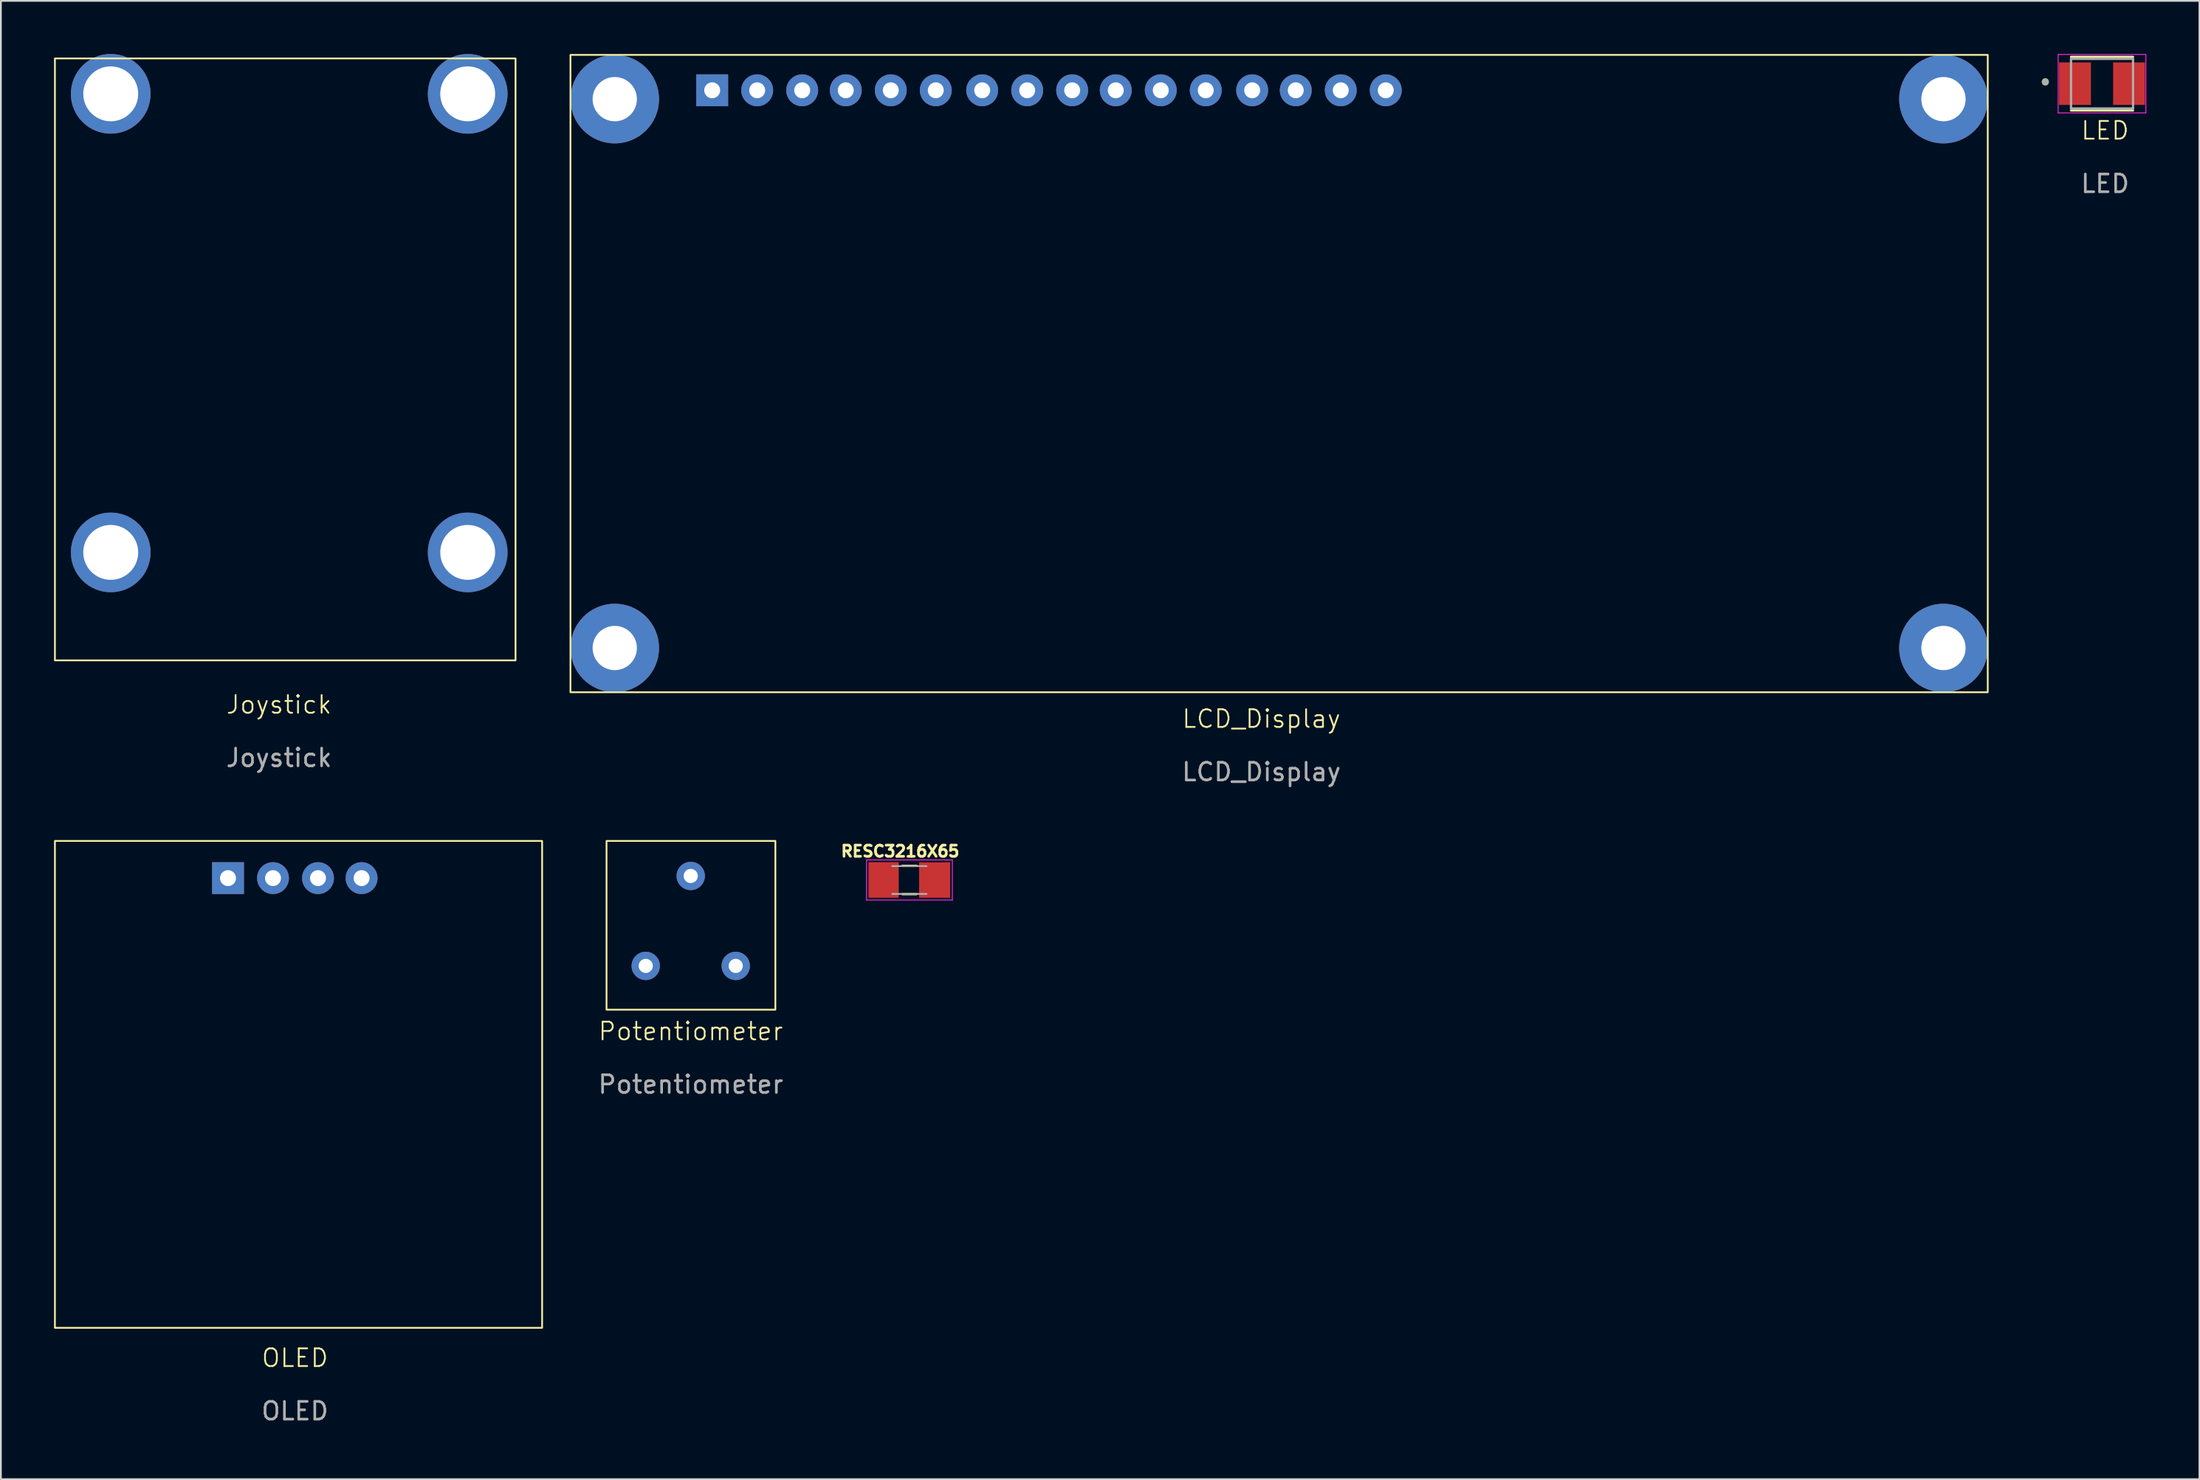
<source format=kicad_pcb>
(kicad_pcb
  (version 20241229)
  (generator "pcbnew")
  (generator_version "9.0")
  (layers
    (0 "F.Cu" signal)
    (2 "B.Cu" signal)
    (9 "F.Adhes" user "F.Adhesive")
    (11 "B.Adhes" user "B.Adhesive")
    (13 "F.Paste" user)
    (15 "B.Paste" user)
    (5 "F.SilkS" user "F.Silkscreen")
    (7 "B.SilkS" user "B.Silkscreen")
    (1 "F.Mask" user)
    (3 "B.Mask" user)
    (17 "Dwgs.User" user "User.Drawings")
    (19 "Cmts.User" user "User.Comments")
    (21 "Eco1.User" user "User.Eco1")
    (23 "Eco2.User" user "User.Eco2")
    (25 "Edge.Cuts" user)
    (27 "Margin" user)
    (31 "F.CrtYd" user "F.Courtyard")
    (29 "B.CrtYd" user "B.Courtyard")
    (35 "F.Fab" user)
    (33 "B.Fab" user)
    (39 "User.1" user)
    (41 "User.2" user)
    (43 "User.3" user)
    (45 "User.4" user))
  (footprint "OLED"
    (layer "F.Cu")
    (at 13.6 74.148)
    (property "Reference" "OLED" (at 0 -0.5 0) (unlocked yes) (layer "F.SilkS") (effects (font (size 1 1) (thickness 0.1))))
    (attr smd)
    (fp_rect (start -13.55 -29.7) (end 13.95 -2.2) (stroke (width 0.1) (type solid)) (fill no) (layer "F.SilkS"))
    (fp_text user "${REFERENCE}" (at 0 2.5 0) (unlocked yes) (layer "F.Fab") (effects (font (size 1 1) (thickness 0.15))))
    (pad "1" thru_hole rect (at -3.78 -27.6 180) (size 1.8 1.8) (drill 0.9) (layers "*.Cu" "*.Mask"))
    (pad "2" thru_hole circle (at -1.24 -27.6 180) (size 1.8 1.8) (drill 0.9) (layers "*.Cu" "*.Mask"))
    (pad "3" thru_hole circle (at 1.3 -27.6 180) (size 1.8 1.8) (drill 0.9) (layers "*.Cu" "*.Mask"))
    (pad "4" thru_hole circle (at 3.76 -27.6 180) (size 1.8 1.8) (drill 0.9) (layers "*.Cu" "*.Mask")))
  (footprint "LED"
    (layer "F.Cu")
    (at 115.775 4.825)
    (property "Reference" "LED" (at 0 -0.5 0) (unlocked yes) (layer "F.SilkS") (effects (font (size 1 1) (thickness 0.1))))
    (attr through_hole)
    (fp_line (start -1.925 -4.663) (end 1.575 -4.663) (stroke (width 0.127) (type solid)) (layer "F.SilkS"))
    (fp_line (start -1.925 -1.637) (end 1.575 -1.637) (stroke (width 0.127) (type solid)) (layer "F.SilkS"))
    (fp_circle (center -3.375 -3.25) (end -3.275 -3.25) (stroke (width 0.2) (type solid)) (fill no) (layer "F.SilkS"))
    (fp_line (start -2.65 -4.8) (end 2.3 -4.8) (stroke (width 0.05) (type solid)) (layer "F.CrtYd"))
    (fp_line (start -2.65 -1.5) (end -2.65 -4.8) (stroke (width 0.05) (type solid)) (layer "F.CrtYd"))
    (fp_line (start 2.3 -4.8) (end 2.3 -1.5) (stroke (width 0.05) (type solid)) (layer "F.CrtYd"))
    (fp_line (start 2.3 -1.5) (end -2.65 -1.5) (stroke (width 0.05) (type solid)) (layer "F.CrtYd"))
    (fp_line (start -1.925 -4.55) (end 1.575 -4.55) (stroke (width 0.127) (type solid)) (layer "F.Fab"))
    (fp_line (start -1.925 -1.75) (end -1.925 -4.55) (stroke (width 0.127) (type solid)) (layer "F.Fab"))
    (fp_line (start 1.575 -4.55) (end 1.575 -1.75) (stroke (width 0.127) (type solid)) (layer "F.Fab"))
    (fp_line (start 1.575 -1.75) (end -1.925 -1.75) (stroke (width 0.127) (type solid)) (layer "F.Fab"))
    (fp_circle (center -3.375 -3.25) (end -3.275 -3.25) (stroke (width 0.2) (type solid)) (fill no) (layer "F.Fab"))
    (fp_text user "${REFERENCE}" (at 0 2.5 0) (unlocked yes) (layer "F.Fab") (effects (font (size 1 1) (thickness 0.15))))
    (pad "1" smd rect (at -1.7 -3.15) (size 1.8 2.4) (layers "F.Cu" "F.Mask" "F.Paste"))
    (pad "2" smd rect (at 1.35 -3.15) (size 1.8 2.4) (layers "F.Cu" "F.Mask" "F.Paste")))
  (footprint "Potentiometer"
    (layer "F.Cu")
    (at 35.939 55.699)
    (property "Reference" "Potentiometer" (at 0 -0.5 0) (unlocked yes) (layer "F.SilkS") (effects (font (size 1 1) (thickness 0.1))))
    (attr through_hole)
    (fp_rect (start -4.753 -11.251) (end 4.777 -1.721) (stroke (width 0.1) (type solid)) (fill no) (layer "F.SilkS"))
    (fp_text user "${REFERENCE}" (at 0 2.5 0) (unlocked yes) (layer "F.Fab") (effects (font (size 1 1) (thickness 0.15))))
    (pad "1" thru_hole circle (at 2.54 -4.193) (size 1.6 1.6) (drill 0.8) (layers "*.Cu" "*.Mask"))
    (pad "2" thru_hole circle (at -0.000393 -9.273) (size 1.6 1.6) (drill 0.8) (layers "*.Cu" "*.Mask"))
    (pad "3" thru_hole circle (at -2.54 -4.193) (size 1.6 1.6) (drill 0.8) (layers "*.Cu" "*.Mask")))
  (footprint "Joystick"
    (layer "F.Cu")
    (at 12.7 37.25)
    (property "Reference" "Joystick" (at 0 -0.5 0) (unlocked yes) (layer "F.SilkS") (effects (font (size 1 1) (thickness 0.1))))
    (attr smd)
    (fp_rect (start -12.65 -37) (end 13.35 -3) (stroke (width 0.1) (type solid)) (fill no) (layer "F.SilkS"))
    (fp_text user "${REFERENCE}" (at 0 2.5 0) (unlocked yes) (layer "F.Fab") (effects (font (size 1 1) (thickness 0.15))))
    (pad "" np_thru_hole circle (at -9.5 -35) (size 4.5 4.5) (drill 3.1) (layers "*.Cu" "*.Mask"))
    (pad "" np_thru_hole circle (at -9.5 -9.1) (size 4.5 4.5) (drill 3.1) (layers "*.Cu" "*.Mask"))
    (pad "" np_thru_hole circle (at 10.65 -35) (size 4.5 4.5) (drill 3.1) (layers "*.Cu" "*.Mask"))
    (pad "" np_thru_hole circle (at 10.65 -9.1) (size 4.5 4.5) (drill 3.1) (layers "*.Cu" "*.Mask")))
  (footprint "LCD_Display"
    (layer "F.Cu")
    (at 68.15 38.05)
    (property "Reference" "LCD_Display" (at 0 -0.5 0) (unlocked yes) (layer "F.SilkS") (effects (font (size 1 1) (thickness 0.1))))
    (attr smd)
    (fp_rect (start -39 -38) (end 41 -2) (stroke (width 0.1) (type solid)) (fill no) (layer "F.SilkS"))
    (fp_text user "${REFERENCE}" (at 0 2.5 0) (unlocked yes) (layer "F.Fab") (effects (font (size 1 1) (thickness 0.15))))
    (pad "" np_thru_hole circle (at -36.5 -35.5) (size 5 5) (drill 2.5) (layers "*.Cu" "*.Mask"))
    (pad "" np_thru_hole circle (at -36.5 -4.5) (size 5 5) (drill 2.5) (layers "*.Cu" "*.Mask"))
    (pad "" np_thru_hole circle (at 38.5 -35.5) (size 5 5) (drill 2.5) (layers "*.Cu" "*.Mask"))
    (pad "" np_thru_hole circle (at 38.5 -4.5) (size 5 5) (drill 2.5) (layers "*.Cu" "*.Mask"))
    (pad "1" thru_hole rect (at -31 -36) (size 1.8 1.8) (drill 0.9) (layers "*.Cu" "*.Mask"))
    (pad "2" thru_hole circle (at -28.46 -36) (size 1.8 1.8) (drill 0.9) (layers "*.Cu" "*.Mask"))
    (pad "3" thru_hole circle (at -25.92 -36) (size 1.8 1.8) (drill 0.9) (layers "*.Cu" "*.Mask"))
    (pad "4" thru_hole circle (at -23.46 -36) (size 1.8 1.8) (drill 0.9) (layers "*.Cu" "*.Mask"))
    (pad "5" thru_hole circle (at -20.92 -36) (size 1.8 1.8) (drill 0.9) (layers "*.Cu" "*.Mask"))
    (pad "6" thru_hole circle (at -18.38 -36) (size 1.8 1.8) (drill 0.9) (layers "*.Cu" "*.Mask"))
    (pad "7" thru_hole circle (at -15.76 -36) (size 1.8 1.8) (drill 0.9) (layers "*.Cu" "*.Mask"))
    (pad "8" thru_hole circle (at -13.22 -36) (size 1.8 1.8) (drill 0.9) (layers "*.Cu" "*.Mask"))
    (pad "9" thru_hole circle (at -10.68 -36) (size 1.8 1.8) (drill 0.9) (layers "*.Cu" "*.Mask"))
    (pad "10" thru_hole circle (at -8.22 -36) (size 1.8 1.8) (drill 0.9) (layers "*.Cu" "*.Mask"))
    (pad "11" thru_hole circle (at -5.68 -36) (size 1.8 1.8) (drill 0.9) (layers "*.Cu" "*.Mask"))
    (pad "12" thru_hole circle (at -3.14 -36) (size 1.8 1.8) (drill 0.9) (layers "*.Cu" "*.Mask"))
    (pad "13" thru_hole circle (at -0.52 -36) (size 1.8 1.8) (drill 0.9) (layers "*.Cu" "*.Mask"))
    (pad "14" thru_hole circle (at 1.94 -36) (size 1.8 1.8) (drill 0.9) (layers "*.Cu" "*.Mask"))
    (pad "15" thru_hole circle (at 4.48 -36) (size 1.8 1.8) (drill 0.9) (layers "*.Cu" "*.Mask"))
    (pad "16" thru_hole circle (at 7.02 -36) (size 1.8 1.8) (drill 0.9) (layers "*.Cu" "*.Mask")))
  (footprint "RESC3216X65"
    (layer "F.Cu")
    (at 48.282 46.654)
    (property "Reference" "RESC3216X65" (at -0.521 -1.623 0) (layer "F.SilkS") (effects (font (size 0.631 0.631) (thickness 0.15))))
    (attr smd)
    (fp_line (start -0.4 -0.8) (end 0.4 -0.8) (stroke (width 0.127) (type solid)) (layer "F.SilkS"))
    (fp_line (start -0.4 0.8) (end 0.4 0.8) (stroke (width 0.127) (type solid)) (layer "F.SilkS"))
    (fp_line (start -2.423 -1.133) (end 2.423 -1.133) (stroke (width 0.051) (type solid)) (layer "F.CrtYd"))
    (fp_line (start -2.423 1.133) (end -2.423 -1.133) (stroke (width 0.051) (type solid)) (layer "F.CrtYd"))
    (fp_line (start 2.423 -1.133) (end 2.423 1.133) (stroke (width 0.051) (type solid)) (layer "F.CrtYd"))
    (fp_line (start 2.423 1.133) (end -2.423 1.133) (stroke (width 0.051) (type solid)) (layer "F.CrtYd"))
    (fp_line (start -0.965 -0.787) (end 0.965 -0.787) (stroke (width 0.102) (type solid)) (layer "F.Fab"))
    (fp_line (start -0.965 0.787) (end 0.965 0.787) (stroke (width 0.102) (type solid)) (layer "F.Fab"))
    (pad "1" smd rect (at -1.455 -0.005) (size 1.709 2.009) (layers "F.Cu" "F.Mask" "F.Paste"))
    (pad "2" smd rect (at 1.426 0.001) (size 1.752 2.002) (layers "F.Cu" "F.Mask" "F.Paste")))
  (gr_rect
    (start -3 -3)
    (end 121.1 80.496)
    (stroke (width 0.1) (type default))
    (fill no)
    (layer "Edge.Cuts")))
</source>
